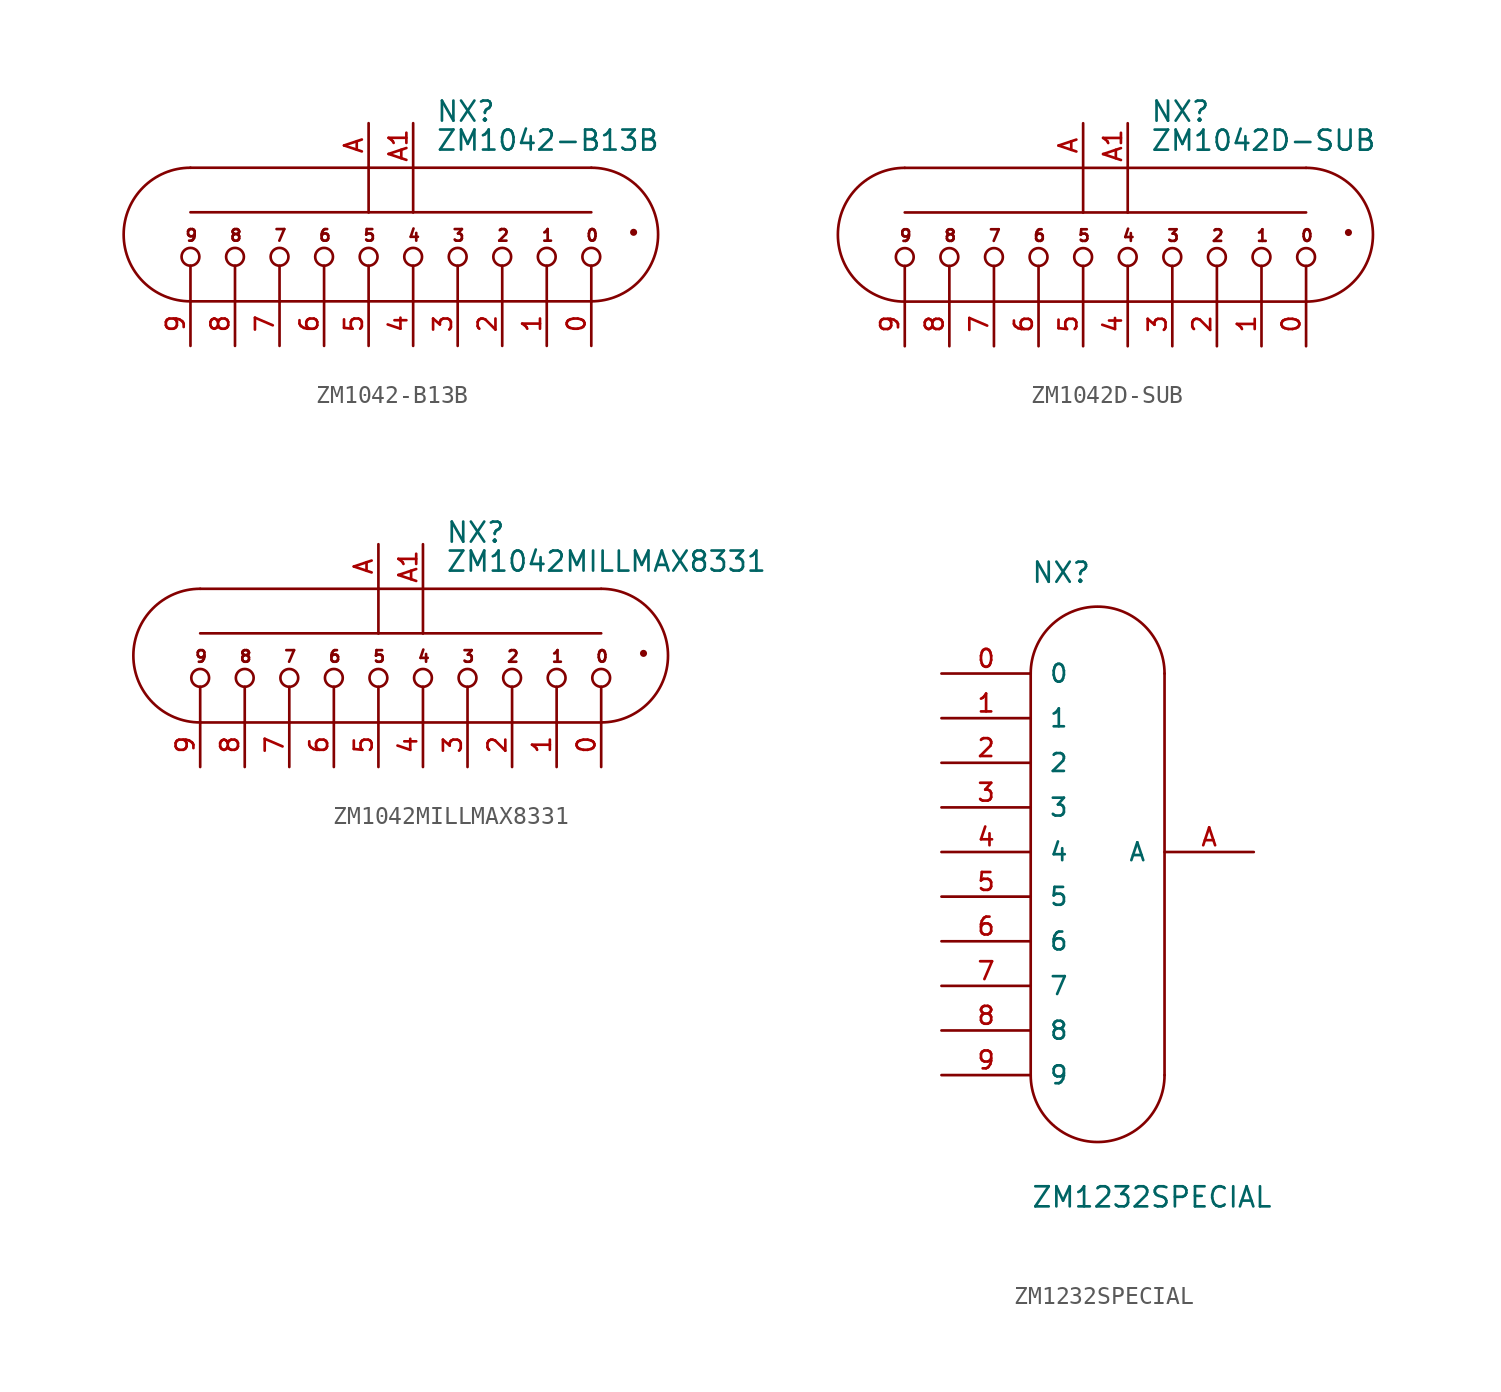
<source format=kicad_sym>
(kicad_symbol_lib
  (version 20241209)
  (generator "kicad_symbol_editor")
  (generator_version "9.0")
  (symbol "ZM1042-B13B"
    (pin_names
      (offset 1.016)
      (hide yes))
    (property "Reference" "NX"
      (at 3.81 5.08 0)
      (effects (font (size 1.143 1.143)) (justify left bottom)))
    (property "Value" "ZM1042-B13B"
      (at 3.81 3.429 0)
      (effects (font (size 1.143 1.143)) (justify left bottom)))
    (property "ki_locked" ""
      (at 0 0 0)
      (effects (font (size 1.27 1.27))))
    (symbol "ZM1042-B13B_1_0"
      (polyline (pts (xy -10.16 2.54) (xy 0 2.54)) (stroke (width 0) (type solid)) (fill (type none)))
      (polyline (pts (xy -10.16 0) (xy 0 0)) (stroke (width 0) (type solid)) (fill (type none)))
      (polyline (pts (xy -10.16 -5.08) (xy -10.16 -3.048)) (stroke (width 0) (type solid)) (fill (type none)))
      (polyline (pts (xy -10.16 -5.08) (xy -7.62 -5.08)) (stroke (width 0) (type solid)) (fill (type none)))
      (polyline (pts (xy -7.62 -5.08) (xy -7.62 -3.048)) (stroke (width 0) (type solid)) (fill (type none)))
      (polyline (pts (xy -7.62 -5.08) (xy -5.08 -5.08)) (stroke (width 0) (type solid)) (fill (type none)))
      (polyline (pts (xy -5.08 -5.08) (xy -5.08 -3.048)) (stroke (width 0) (type solid)) (fill (type none)))
      (polyline (pts (xy -5.08 -5.08) (xy -2.54 -5.08)) (stroke (width 0) (type solid)) (fill (type none)))
      (polyline (pts (xy -2.54 -5.08) (xy -2.54 -3.048)) (stroke (width 0) (type solid)) (fill (type none)))
      (polyline (pts (xy -2.54 -5.08) (xy 0 -5.08)) (stroke (width 0) (type solid)) (fill (type none)))
      (polyline (pts (xy 0 2.54) (xy 0 0)) (stroke (width 0) (type solid)) (fill (type none)))
      (polyline (pts (xy 0 2.54) (xy 2.54 2.54)) (stroke (width 0) (type solid)) (fill (type none)))
      (polyline (pts (xy 0 0) (xy 2.54 0)) (stroke (width 0) (type solid)) (fill (type none)))
      (polyline (pts (xy 0 -5.08) (xy 0 -3.048)) (stroke (width 0) (type solid)) (fill (type none)))
      (polyline (pts (xy 0 -5.08) (xy 2.54 -5.08)) (stroke (width 0) (type solid)) (fill (type none)))
      (polyline (pts (xy 2.54 2.54) (xy 2.54 0)) (stroke (width 0) (type solid)) (fill (type none)))
      (polyline (pts (xy 2.54 2.54) (xy 12.7 2.54)) (stroke (width 0) (type solid)) (fill (type none)))
      (polyline (pts (xy 2.54 0) (xy 12.7 0)) (stroke (width 0) (type solid)) (fill (type none)))
      (polyline (pts (xy 2.54 -5.08) (xy 2.54 -3.048)) (stroke (width 0) (type solid)) (fill (type none)))
      (polyline (pts (xy 2.54 -5.08) (xy 5.08 -5.08)) (stroke (width 0) (type solid)) (fill (type none)))
      (polyline (pts (xy 5.08 -5.08) (xy 5.08 -3.048)) (stroke (width 0) (type solid)) (fill (type none)))
      (polyline (pts (xy 5.08 -5.08) (xy 7.62 -5.08)) (stroke (width 0) (type solid)) (fill (type none)))
      (polyline (pts (xy 7.62 -5.08) (xy 7.62 -3.048)) (stroke (width 0) (type solid)) (fill (type none)))
      (polyline (pts (xy 7.62 -5.08) (xy 10.16 -5.08)) (stroke (width 0) (type solid)) (fill (type none)))
      (polyline (pts (xy 10.16 -5.08) (xy 10.16 -3.048)) (stroke (width 0) (type solid)) (fill (type none)))
      (polyline (pts (xy 10.16 -5.08) (xy 12.7 -5.08)) (stroke (width 0) (type solid)) (fill (type none)))
      (polyline (pts (xy 12.7 -5.08) (xy 12.7 -3.048)) (stroke (width 0) (type solid)) (fill (type none)))
      (text "9" (at -10.109 -1.321 0) (effects (font (size 0.66 0.66))))
      (text "8" (at -7.569 -1.321 0) (effects (font (size 0.66 0.66))))
      (text "7" (at -5.029 -1.321 0) (effects (font (size 0.66 0.66))))
      (text "6" (at -2.489 -1.321 0) (effects (font (size 0.66 0.66))))
      (text "5" (at 0.051 -1.321 0) (effects (font (size 0.66 0.66))))
      (text "4" (at 2.591 -1.321 0) (effects (font (size 0.66 0.66))))
      (text "3" (at 5.131 -1.321 0) (effects (font (size 0.66 0.66))))
      (text "2" (at 7.671 -1.321 0) (effects (font (size 0.66 0.66))))
      (text "1" (at 10.211 -1.321 0) (effects (font (size 0.66 0.66))))
      (text "0" (at 12.751 -1.321 0) (effects (font (size 0.66 0.66)))))
    (symbol "ZM1042-B13B_1_1"
      (arc (start -10.16 -5.08) (mid -13.97 -1.27) (end -10.16 2.54) (stroke (width 0) (type solid)) (fill (type none)))
      (circle (center -10.16 -2.54) (radius 0.508) (stroke (width 0) (type solid)) (fill (type none)))
      (circle (center -7.62 -2.54) (radius 0.508) (stroke (width 0) (type solid)) (fill (type none)))
      (circle (center -5.08 -2.54) (radius 0.508) (stroke (width 0) (type solid)) (fill (type none)))
      (circle (center -2.54 -2.54) (radius 0.508) (stroke (width 0) (type solid)) (fill (type none)))
      (circle (center 0 -2.54) (radius 0.508) (stroke (width 0) (type solid)) (fill (type none)))
      (circle (center 2.54 -2.54) (radius 0.508) (stroke (width 0) (type solid)) (fill (type none)))
      (circle (center 5.08 -2.54) (radius 0.508) (stroke (width 0) (type solid)) (fill (type none)))
      (circle (center 7.62 -2.54) (radius 0.508) (stroke (width 0) (type solid)) (fill (type none)))
      (circle (center 10.16 -2.54) (radius 0.508) (stroke (width 0) (type solid)) (fill (type none)))
      (arc (start 12.7 2.54) (mid 16.51 -1.27) (end 12.7 -5.08) (stroke (width 0) (type solid)) (fill (type none)))
      (circle (center 12.7 -2.54) (radius 0.508) (stroke (width 0) (type solid)) (fill (type none)))
      (circle (center 15.113 -1.143) (radius 0.127) (stroke (width 0) (type solid)) (fill (type outline)))
      (pin passive line (at -10.16 -7.62 90) (length 2.54) (name "9" (effects (font (size 1.016 1.016)))) (number "9" (effects (font (size 1.016 1.016)))))
      (pin passive line (at -7.62 -7.62 90) (length 2.54) (name "8" (effects (font (size 1.016 1.016)))) (number "8" (effects (font (size 1.016 1.016)))))
      (pin passive line (at -5.08 -7.62 90) (length 2.54) (name "7" (effects (font (size 1.016 1.016)))) (number "7" (effects (font (size 1.016 1.016)))))
      (pin passive line (at -2.54 -7.62 90) (length 2.54) (name "6" (effects (font (size 1.016 1.016)))) (number "6" (effects (font (size 1.016 1.016)))))
      (pin passive line (at 0 5.08 270) (length 2.54) (name "A1" (effects (font (size 1.016 1.016)))) (number "A" (effects (font (size 1.016 1.016)))))
      (pin passive line (at 0 -7.62 90) (length 2.54) (name "5" (effects (font (size 1.016 1.016)))) (number "5" (effects (font (size 1.016 1.016)))))
      (pin passive line (at 2.54 5.08 270) (length 2.54) (name "A2" (effects (font (size 1.016 1.016)))) (number "A1" (effects (font (size 1.016 1.016)))))
      (pin passive line (at 2.54 -7.62 90) (length 2.54) (name "4" (effects (font (size 1.016 1.016)))) (number "4" (effects (font (size 1.016 1.016)))))
      (pin passive line (at 5.08 -7.62 90) (length 2.54) (name "3" (effects (font (size 1.016 1.016)))) (number "3" (effects (font (size 1.016 1.016)))))
      (pin passive line (at 7.62 -7.62 90) (length 2.54) (name "2" (effects (font (size 1.016 1.016)))) (number "2" (effects (font (size 1.016 1.016)))))
      (pin passive line (at 10.16 -7.62 90) (length 2.54) (name "1" (effects (font (size 1.016 1.016)))) (number "1" (effects (font (size 1.016 1.016)))))
      (pin passive line (at 12.7 -7.62 90) (length 2.54) (name "0" (effects (font (size 1.016 1.016)))) (number "0" (effects (font (size 1.016 1.016)))))))
  (symbol "ZM1042D-SUB"
    (pin_names
      (offset 1.016)
      (hide yes))
    (property "Reference" "NX"
      (at 3.81 5.08 0)
      (effects (font (size 1.143 1.143)) (justify left bottom)))
    (property "Value" "ZM1042D-SUB"
      (at 3.81 3.429 0)
      (effects (font (size 1.143 1.143)) (justify left bottom)))
    (property "ki_locked" ""
      (at 0 0 0)
      (effects (font (size 1.27 1.27))))
    (symbol "ZM1042D-SUB_1_0"
      (polyline (pts (xy -10.16 2.54) (xy 0 2.54)) (stroke (width 0) (type solid)) (fill (type none)))
      (polyline (pts (xy -10.16 0) (xy 0 0)) (stroke (width 0) (type solid)) (fill (type none)))
      (polyline (pts (xy -10.16 -5.08) (xy -10.16 -3.048)) (stroke (width 0) (type solid)) (fill (type none)))
      (polyline (pts (xy -10.16 -5.08) (xy -7.62 -5.08)) (stroke (width 0) (type solid)) (fill (type none)))
      (polyline (pts (xy -7.62 -5.08) (xy -7.62 -3.048)) (stroke (width 0) (type solid)) (fill (type none)))
      (polyline (pts (xy -7.62 -5.08) (xy -5.08 -5.08)) (stroke (width 0) (type solid)) (fill (type none)))
      (polyline (pts (xy -5.08 -5.08) (xy -5.08 -3.048)) (stroke (width 0) (type solid)) (fill (type none)))
      (polyline (pts (xy -5.08 -5.08) (xy -2.54 -5.08)) (stroke (width 0) (type solid)) (fill (type none)))
      (polyline (pts (xy -2.54 -5.08) (xy -2.54 -3.048)) (stroke (width 0) (type solid)) (fill (type none)))
      (polyline (pts (xy -2.54 -5.08) (xy 0 -5.08)) (stroke (width 0) (type solid)) (fill (type none)))
      (polyline (pts (xy 0 2.54) (xy 0 0)) (stroke (width 0) (type solid)) (fill (type none)))
      (polyline (pts (xy 0 2.54) (xy 2.54 2.54)) (stroke (width 0) (type solid)) (fill (type none)))
      (polyline (pts (xy 0 0) (xy 2.54 0)) (stroke (width 0) (type solid)) (fill (type none)))
      (polyline (pts (xy 0 -5.08) (xy 0 -3.048)) (stroke (width 0) (type solid)) (fill (type none)))
      (polyline (pts (xy 0 -5.08) (xy 2.54 -5.08)) (stroke (width 0) (type solid)) (fill (type none)))
      (polyline (pts (xy 2.54 2.54) (xy 2.54 0)) (stroke (width 0) (type solid)) (fill (type none)))
      (polyline (pts (xy 2.54 2.54) (xy 12.7 2.54)) (stroke (width 0) (type solid)) (fill (type none)))
      (polyline (pts (xy 2.54 0) (xy 12.7 0)) (stroke (width 0) (type solid)) (fill (type none)))
      (polyline (pts (xy 2.54 -5.08) (xy 2.54 -3.048)) (stroke (width 0) (type solid)) (fill (type none)))
      (polyline (pts (xy 2.54 -5.08) (xy 5.08 -5.08)) (stroke (width 0) (type solid)) (fill (type none)))
      (polyline (pts (xy 5.08 -5.08) (xy 5.08 -3.048)) (stroke (width 0) (type solid)) (fill (type none)))
      (polyline (pts (xy 5.08 -5.08) (xy 7.62 -5.08)) (stroke (width 0) (type solid)) (fill (type none)))
      (polyline (pts (xy 7.62 -5.08) (xy 7.62 -3.048)) (stroke (width 0) (type solid)) (fill (type none)))
      (polyline (pts (xy 7.62 -5.08) (xy 10.16 -5.08)) (stroke (width 0) (type solid)) (fill (type none)))
      (polyline (pts (xy 10.16 -5.08) (xy 10.16 -3.048)) (stroke (width 0) (type solid)) (fill (type none)))
      (polyline (pts (xy 10.16 -5.08) (xy 12.7 -5.08)) (stroke (width 0) (type solid)) (fill (type none)))
      (polyline (pts (xy 12.7 -5.08) (xy 12.7 -3.048)) (stroke (width 0) (type solid)) (fill (type none)))
      (text "9" (at -10.109 -1.321 0) (effects (font (size 0.66 0.66))))
      (text "8" (at -7.569 -1.321 0) (effects (font (size 0.66 0.66))))
      (text "7" (at -5.029 -1.321 0) (effects (font (size 0.66 0.66))))
      (text "6" (at -2.489 -1.321 0) (effects (font (size 0.66 0.66))))
      (text "5" (at 0.051 -1.321 0) (effects (font (size 0.66 0.66))))
      (text "4" (at 2.591 -1.321 0) (effects (font (size 0.66 0.66))))
      (text "3" (at 5.131 -1.321 0) (effects (font (size 0.66 0.66))))
      (text "2" (at 7.671 -1.321 0) (effects (font (size 0.66 0.66))))
      (text "1" (at 10.211 -1.321 0) (effects (font (size 0.66 0.66))))
      (text "0" (at 12.751 -1.321 0) (effects (font (size 0.66 0.66)))))
    (symbol "ZM1042D-SUB_1_1"
      (arc (start -10.16 -5.08) (mid -13.97 -1.27) (end -10.16 2.54) (stroke (width 0) (type solid)) (fill (type none)))
      (circle (center -10.16 -2.54) (radius 0.508) (stroke (width 0) (type solid)) (fill (type none)))
      (circle (center -7.62 -2.54) (radius 0.508) (stroke (width 0) (type solid)) (fill (type none)))
      (circle (center -5.08 -2.54) (radius 0.508) (stroke (width 0) (type solid)) (fill (type none)))
      (circle (center -2.54 -2.54) (radius 0.508) (stroke (width 0) (type solid)) (fill (type none)))
      (circle (center 0 -2.54) (radius 0.508) (stroke (width 0) (type solid)) (fill (type none)))
      (circle (center 2.54 -2.54) (radius 0.508) (stroke (width 0) (type solid)) (fill (type none)))
      (circle (center 5.08 -2.54) (radius 0.508) (stroke (width 0) (type solid)) (fill (type none)))
      (circle (center 7.62 -2.54) (radius 0.508) (stroke (width 0) (type solid)) (fill (type none)))
      (circle (center 10.16 -2.54) (radius 0.508) (stroke (width 0) (type solid)) (fill (type none)))
      (arc (start 12.7 2.54) (mid 16.51 -1.27) (end 12.7 -5.08) (stroke (width 0) (type solid)) (fill (type none)))
      (circle (center 12.7 -2.54) (radius 0.508) (stroke (width 0) (type solid)) (fill (type none)))
      (circle (center 15.113 -1.143) (radius 0.127) (stroke (width 0) (type solid)) (fill (type outline)))
      (pin passive line (at -10.16 -7.62 90) (length 2.54) (name "9" (effects (font (size 1.016 1.016)))) (number "9" (effects (font (size 1.016 1.016)))))
      (pin passive line (at -7.62 -7.62 90) (length 2.54) (name "8" (effects (font (size 1.016 1.016)))) (number "8" (effects (font (size 1.016 1.016)))))
      (pin passive line (at -5.08 -7.62 90) (length 2.54) (name "7" (effects (font (size 1.016 1.016)))) (number "7" (effects (font (size 1.016 1.016)))))
      (pin passive line (at -2.54 -7.62 90) (length 2.54) (name "6" (effects (font (size 1.016 1.016)))) (number "6" (effects (font (size 1.016 1.016)))))
      (pin passive line (at 0 5.08 270) (length 2.54) (name "A1" (effects (font (size 1.016 1.016)))) (number "A" (effects (font (size 1.016 1.016)))))
      (pin passive line (at 0 -7.62 90) (length 2.54) (name "5" (effects (font (size 1.016 1.016)))) (number "5" (effects (font (size 1.016 1.016)))))
      (pin passive line (at 2.54 5.08 270) (length 2.54) (name "A2" (effects (font (size 1.016 1.016)))) (number "A1" (effects (font (size 1.016 1.016)))))
      (pin passive line (at 2.54 -7.62 90) (length 2.54) (name "4" (effects (font (size 1.016 1.016)))) (number "4" (effects (font (size 1.016 1.016)))))
      (pin passive line (at 5.08 -7.62 90) (length 2.54) (name "3" (effects (font (size 1.016 1.016)))) (number "3" (effects (font (size 1.016 1.016)))))
      (pin passive line (at 7.62 -7.62 90) (length 2.54) (name "2" (effects (font (size 1.016 1.016)))) (number "2" (effects (font (size 1.016 1.016)))))
      (pin passive line (at 10.16 -7.62 90) (length 2.54) (name "1" (effects (font (size 1.016 1.016)))) (number "1" (effects (font (size 1.016 1.016)))))
      (pin passive line (at 12.7 -7.62 90) (length 2.54) (name "0" (effects (font (size 1.016 1.016)))) (number "0" (effects (font (size 1.016 1.016)))))))
  (symbol "ZM1042MILLMAX8331"
    (pin_names
      (offset 1.016)
      (hide yes))
    (property "Reference" "NX"
      (at 3.81 5.08 0)
      (effects (font (size 1.143 1.143)) (justify left bottom)))
    (property "Value" "ZM1042MILLMAX8331"
      (at 3.81 3.429 0)
      (effects (font (size 1.143 1.143)) (justify left bottom)))
    (property "ki_locked" ""
      (at 0 0 0)
      (effects (font (size 1.27 1.27))))
    (symbol "ZM1042MILLMAX8331_1_0"
      (polyline (pts (xy -10.16 2.54) (xy 0 2.54)) (stroke (width 0) (type solid)) (fill (type none)))
      (polyline (pts (xy -10.16 0) (xy 0 0)) (stroke (width 0) (type solid)) (fill (type none)))
      (polyline (pts (xy -10.16 -5.08) (xy -10.16 -3.048)) (stroke (width 0) (type solid)) (fill (type none)))
      (polyline (pts (xy -10.16 -5.08) (xy -7.62 -5.08)) (stroke (width 0) (type solid)) (fill (type none)))
      (polyline (pts (xy -7.62 -5.08) (xy -7.62 -3.048)) (stroke (width 0) (type solid)) (fill (type none)))
      (polyline (pts (xy -7.62 -5.08) (xy -5.08 -5.08)) (stroke (width 0) (type solid)) (fill (type none)))
      (polyline (pts (xy -5.08 -5.08) (xy -5.08 -3.048)) (stroke (width 0) (type solid)) (fill (type none)))
      (polyline (pts (xy -5.08 -5.08) (xy -2.54 -5.08)) (stroke (width 0) (type solid)) (fill (type none)))
      (polyline (pts (xy -2.54 -5.08) (xy -2.54 -3.048)) (stroke (width 0) (type solid)) (fill (type none)))
      (polyline (pts (xy -2.54 -5.08) (xy 0 -5.08)) (stroke (width 0) (type solid)) (fill (type none)))
      (polyline (pts (xy 0 2.54) (xy 0 0)) (stroke (width 0) (type solid)) (fill (type none)))
      (polyline (pts (xy 0 2.54) (xy 2.54 2.54)) (stroke (width 0) (type solid)) (fill (type none)))
      (polyline (pts (xy 0 0) (xy 2.54 0)) (stroke (width 0) (type solid)) (fill (type none)))
      (polyline (pts (xy 0 -5.08) (xy 0 -3.048)) (stroke (width 0) (type solid)) (fill (type none)))
      (polyline (pts (xy 0 -5.08) (xy 2.54 -5.08)) (stroke (width 0) (type solid)) (fill (type none)))
      (polyline (pts (xy 2.54 2.54) (xy 2.54 0)) (stroke (width 0) (type solid)) (fill (type none)))
      (polyline (pts (xy 2.54 2.54) (xy 12.7 2.54)) (stroke (width 0) (type solid)) (fill (type none)))
      (polyline (pts (xy 2.54 0) (xy 12.7 0)) (stroke (width 0) (type solid)) (fill (type none)))
      (polyline (pts (xy 2.54 -5.08) (xy 2.54 -3.048)) (stroke (width 0) (type solid)) (fill (type none)))
      (polyline (pts (xy 2.54 -5.08) (xy 5.08 -5.08)) (stroke (width 0) (type solid)) (fill (type none)))
      (polyline (pts (xy 5.08 -5.08) (xy 5.08 -3.048)) (stroke (width 0) (type solid)) (fill (type none)))
      (polyline (pts (xy 5.08 -5.08) (xy 7.62 -5.08)) (stroke (width 0) (type solid)) (fill (type none)))
      (polyline (pts (xy 7.62 -5.08) (xy 7.62 -3.048)) (stroke (width 0) (type solid)) (fill (type none)))
      (polyline (pts (xy 7.62 -5.08) (xy 10.16 -5.08)) (stroke (width 0) (type solid)) (fill (type none)))
      (polyline (pts (xy 10.16 -5.08) (xy 10.16 -3.048)) (stroke (width 0) (type solid)) (fill (type none)))
      (polyline (pts (xy 10.16 -5.08) (xy 12.7 -5.08)) (stroke (width 0) (type solid)) (fill (type none)))
      (polyline (pts (xy 12.7 -5.08) (xy 12.7 -3.048)) (stroke (width 0) (type solid)) (fill (type none)))
      (text "9" (at -10.109 -1.321 0) (effects (font (size 0.66 0.66))))
      (text "8" (at -7.569 -1.321 0) (effects (font (size 0.66 0.66))))
      (text "7" (at -5.029 -1.321 0) (effects (font (size 0.66 0.66))))
      (text "6" (at -2.489 -1.321 0) (effects (font (size 0.66 0.66))))
      (text "5" (at 0.051 -1.321 0) (effects (font (size 0.66 0.66))))
      (text "4" (at 2.591 -1.321 0) (effects (font (size 0.66 0.66))))
      (text "3" (at 5.131 -1.321 0) (effects (font (size 0.66 0.66))))
      (text "2" (at 7.671 -1.321 0) (effects (font (size 0.66 0.66))))
      (text "1" (at 10.211 -1.321 0) (effects (font (size 0.66 0.66))))
      (text "0" (at 12.751 -1.321 0) (effects (font (size 0.66 0.66)))))
    (symbol "ZM1042MILLMAX8331_1_1"
      (arc (start -10.16 -5.08) (mid -13.97 -1.27) (end -10.16 2.54) (stroke (width 0) (type solid)) (fill (type none)))
      (circle (center -10.16 -2.54) (radius 0.508) (stroke (width 0) (type solid)) (fill (type none)))
      (circle (center -7.62 -2.54) (radius 0.508) (stroke (width 0) (type solid)) (fill (type none)))
      (circle (center -5.08 -2.54) (radius 0.508) (stroke (width 0) (type solid)) (fill (type none)))
      (circle (center -2.54 -2.54) (radius 0.508) (stroke (width 0) (type solid)) (fill (type none)))
      (circle (center 0 -2.54) (radius 0.508) (stroke (width 0) (type solid)) (fill (type none)))
      (circle (center 2.54 -2.54) (radius 0.508) (stroke (width 0) (type solid)) (fill (type none)))
      (circle (center 5.08 -2.54) (radius 0.508) (stroke (width 0) (type solid)) (fill (type none)))
      (circle (center 7.62 -2.54) (radius 0.508) (stroke (width 0) (type solid)) (fill (type none)))
      (circle (center 10.16 -2.54) (radius 0.508) (stroke (width 0) (type solid)) (fill (type none)))
      (arc (start 12.7 2.54) (mid 16.51 -1.27) (end 12.7 -5.08) (stroke (width 0) (type solid)) (fill (type none)))
      (circle (center 12.7 -2.54) (radius 0.508) (stroke (width 0) (type solid)) (fill (type none)))
      (circle (center 15.113 -1.143) (radius 0.127) (stroke (width 0) (type solid)) (fill (type outline)))
      (pin passive line (at -10.16 -7.62 90) (length 2.54) (name "9" (effects (font (size 1.016 1.016)))) (number "9" (effects (font (size 1.016 1.016)))))
      (pin passive line (at -7.62 -7.62 90) (length 2.54) (name "8" (effects (font (size 1.016 1.016)))) (number "8" (effects (font (size 1.016 1.016)))))
      (pin passive line (at -5.08 -7.62 90) (length 2.54) (name "7" (effects (font (size 1.016 1.016)))) (number "7" (effects (font (size 1.016 1.016)))))
      (pin passive line (at -2.54 -7.62 90) (length 2.54) (name "6" (effects (font (size 1.016 1.016)))) (number "6" (effects (font (size 1.016 1.016)))))
      (pin passive line (at 0 5.08 270) (length 2.54) (name "A1" (effects (font (size 1.016 1.016)))) (number "A" (effects (font (size 1.016 1.016)))))
      (pin passive line (at 0 -7.62 90) (length 2.54) (name "5" (effects (font (size 1.016 1.016)))) (number "5" (effects (font (size 1.016 1.016)))))
      (pin passive line (at 2.54 5.08 270) (length 2.54) (name "A2" (effects (font (size 1.016 1.016)))) (number "A1" (effects (font (size 1.016 1.016)))))
      (pin passive line (at 2.54 -7.62 90) (length 2.54) (name "4" (effects (font (size 1.016 1.016)))) (number "4" (effects (font (size 1.016 1.016)))))
      (pin passive line (at 5.08 -7.62 90) (length 2.54) (name "3" (effects (font (size 1.016 1.016)))) (number "3" (effects (font (size 1.016 1.016)))))
      (pin passive line (at 7.62 -7.62 90) (length 2.54) (name "2" (effects (font (size 1.016 1.016)))) (number "2" (effects (font (size 1.016 1.016)))))
      (pin passive line (at 10.16 -7.62 90) (length 2.54) (name "1" (effects (font (size 1.016 1.016)))) (number "1" (effects (font (size 1.016 1.016)))))
      (pin passive line (at 12.7 -7.62 90) (length 2.54) (name "0" (effects (font (size 1.016 1.016)))) (number "0" (effects (font (size 1.016 1.016)))))))
  (symbol "ZM1232SPECIAL"
    (pin_names
      (offset 1.016))
    (property "Reference" "NX"
      (at -22.86 12.7 0)
      (effects (font (size 1.143 1.143)) (justify left bottom)))
    (property "Value" "ZM1232SPECIAL"
      (at -22.86 -22.86 0)
      (effects (font (size 1.143 1.143)) (justify left bottom)))
    (property "ki_locked" ""
      (at 0 0 0)
      (effects (font (size 1.27 1.27))))
    (symbol "ZM1232SPECIAL_1_0"
      (polyline (pts (xy -22.86 7.62) (xy -22.86 -15.24)) (stroke (width 0) (type solid)) (fill (type none)))
      (polyline (pts (xy -15.24 7.62) (xy -15.24 -15.24)) (stroke (width 0) (type solid)) (fill (type none))))
    (symbol "ZM1232SPECIAL_1_1"
      (arc (start -22.86 7.62) (mid -19.05 11.43) (end -15.24 7.62) (stroke (width 0) (type solid)) (fill (type none)))
      (arc (start -15.24 -15.24) (mid -19.05 -19.05) (end -22.86 -15.24) (stroke (width 0) (type solid)) (fill (type none)))
      (pin passive line (at -27.94 7.62 0) (length 5.08) (name "0" (effects (font (size 1.016 1.016)))) (number "0" (effects (font (size 1.016 1.016)))))
      (pin passive line (at -27.94 5.08 0) (length 5.08) (name "1" (effects (font (size 1.016 1.016)))) (number "1" (effects (font (size 1.016 1.016)))))
      (pin passive line (at -27.94 2.54 0) (length 5.08) (name "2" (effects (font (size 1.016 1.016)))) (number "2" (effects (font (size 1.016 1.016)))))
      (pin passive line (at -27.94 0 0) (length 5.08) (name "3" (effects (font (size 1.016 1.016)))) (number "3" (effects (font (size 1.016 1.016)))))
      (pin passive line (at -27.94 -2.54 0) (length 5.08) (name "4" (effects (font (size 1.016 1.016)))) (number "4" (effects (font (size 1.016 1.016)))))
      (pin passive line (at -27.94 -5.08 0) (length 5.08) (name "5" (effects (font (size 1.016 1.016)))) (number "5" (effects (font (size 1.016 1.016)))))
      (pin passive line (at -27.94 -7.62 0) (length 5.08) (name "6" (effects (font (size 1.016 1.016)))) (number "6" (effects (font (size 1.016 1.016)))))
      (pin passive line (at -27.94 -10.16 0) (length 5.08) (name "7" (effects (font (size 1.016 1.016)))) (number "7" (effects (font (size 1.016 1.016)))))
      (pin passive line (at -27.94 -12.7 0) (length 5.08) (name "8" (effects (font (size 1.016 1.016)))) (number "8" (effects (font (size 1.016 1.016)))))
      (pin passive line (at -27.94 -15.24 0) (length 5.08) (name "9" (effects (font (size 1.016 1.016)))) (number "9" (effects (font (size 1.016 1.016)))))
      (pin passive line (at -10.16 -2.54 180) (length 5.08) (name "A" (effects (font (size 1.016 1.016)))) (number "A" (effects (font (size 1.016 1.016))))))))
</source>
